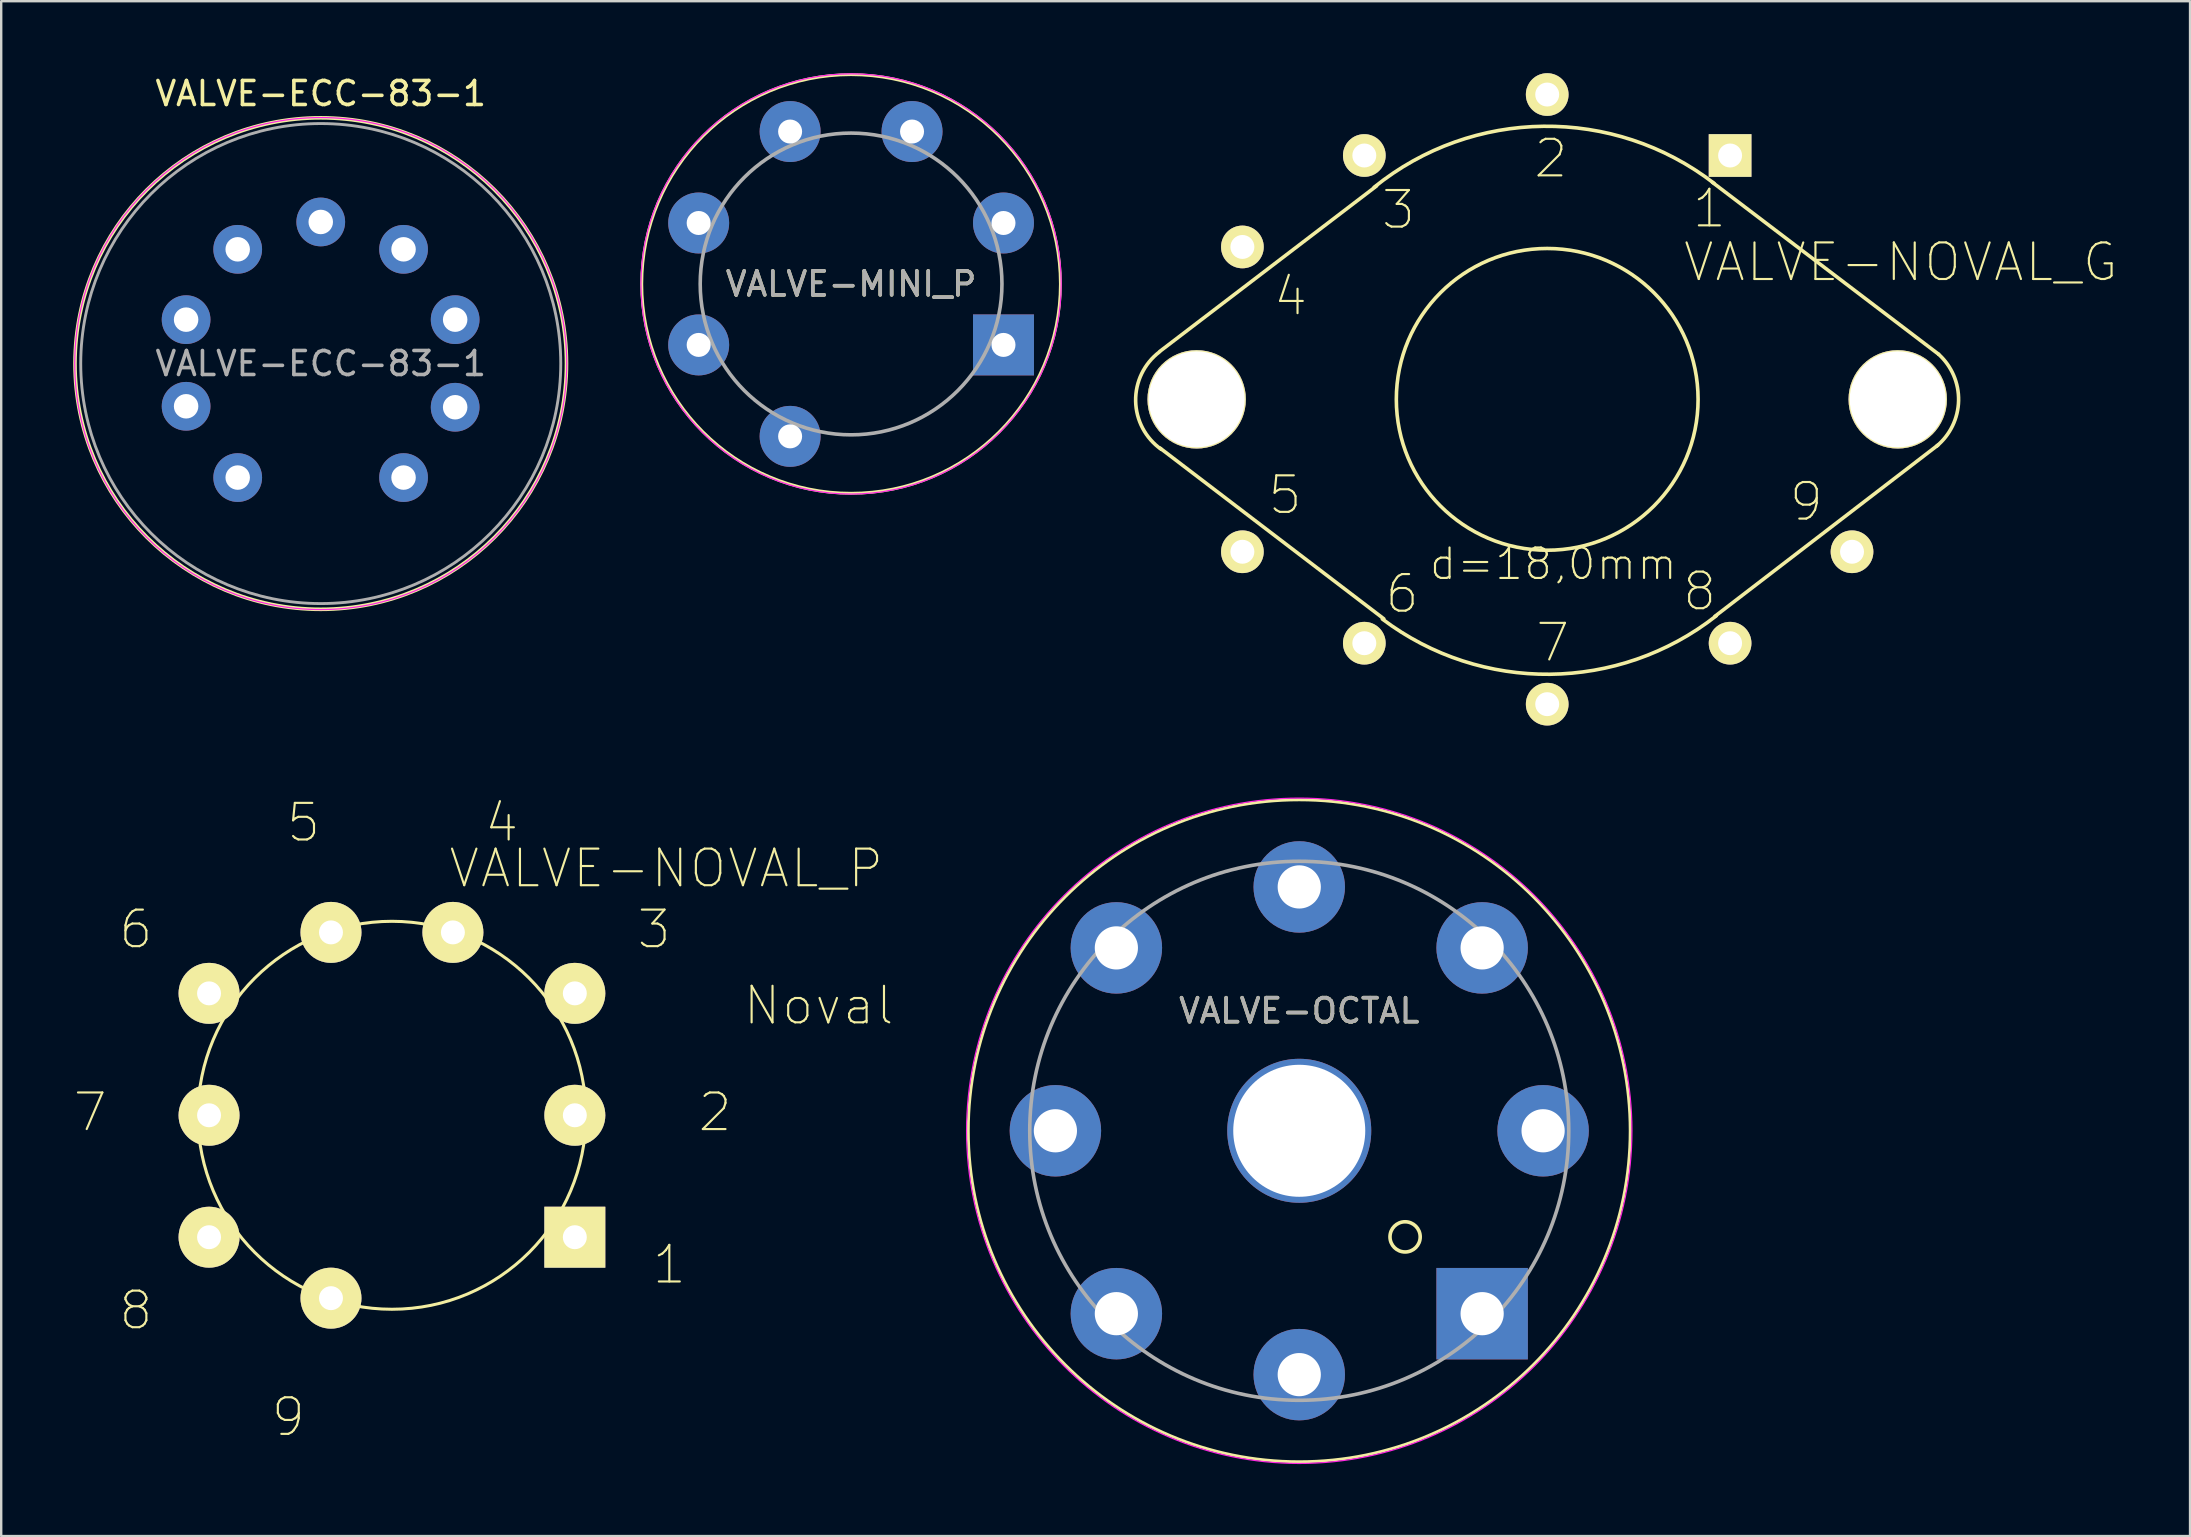
<source format=kicad_pcb>
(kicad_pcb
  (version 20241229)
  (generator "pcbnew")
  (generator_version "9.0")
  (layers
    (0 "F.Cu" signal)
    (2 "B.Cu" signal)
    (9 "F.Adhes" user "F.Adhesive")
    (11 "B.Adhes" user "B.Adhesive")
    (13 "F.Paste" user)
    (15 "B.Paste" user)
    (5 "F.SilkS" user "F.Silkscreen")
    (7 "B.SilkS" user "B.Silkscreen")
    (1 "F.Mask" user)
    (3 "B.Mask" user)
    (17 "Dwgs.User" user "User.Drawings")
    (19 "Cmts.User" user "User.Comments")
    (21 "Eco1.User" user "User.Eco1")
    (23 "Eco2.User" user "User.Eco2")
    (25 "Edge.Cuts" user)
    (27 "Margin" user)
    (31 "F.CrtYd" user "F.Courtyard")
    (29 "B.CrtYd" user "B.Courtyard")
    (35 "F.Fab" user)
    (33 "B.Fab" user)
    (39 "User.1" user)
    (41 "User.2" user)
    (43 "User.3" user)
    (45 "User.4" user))
  (footprint "VALVE-MINI_P"
    (layer "F.Cu")
    (at 38.76 11.321)
    (property "Reference" "VALVE-MINI_P" (at -6.35 -2.54 0) (layer "F.SilkS") (effects (font (size 1 1) (thickness 0.15))))
    (attr through_hole)
    (fp_circle (center -6.35 -2.54) (end 1.4 1.46) (stroke (width 0.12) (type solid)) (fill no) (layer "F.SilkS"))
    (fp_circle (center -6.35 -2.54) (end -6.6 6.21) (stroke (width 0.05) (type solid)) (fill no) (layer "F.CrtYd"))
    (fp_circle (center -6.35 -2.54) (end -10.79 1.91) (stroke (width 0.15) (type solid)) (fill no) (layer "F.Fab"))
    (fp_text user "${REFERENCE}" (at -6.35 -2.54 0) (layer "F.Fab") (effects (font (size 1 1) (thickness 0.15))))
    (pad "1" thru_hole rect (at 0 0) (size 2.54 2.54) (drill 1) (layers "*.Cu" "*.Mask"))
    (pad "2" thru_hole circle (at 0 -5.08) (size 2.54 2.54) (drill 1) (layers "*.Cu" "*.Mask"))
    (pad "3" thru_hole circle (at -3.81 -8.89) (size 2.54 2.54) (drill 1) (layers "*.Cu" "*.Mask"))
    (pad "4" thru_hole circle (at -8.89 -8.89) (size 2.54 2.54) (drill 1) (layers "*.Cu" "*.Mask"))
    (pad "5" thru_hole circle (at -12.7 -5.08) (size 2.54 2.54) (drill 1) (layers "*.Cu" "*.Mask"))
    (pad "6" thru_hole circle (at -12.7 0) (size 2.54 2.54) (drill 1) (layers "*.Cu" "*.Mask"))
    (pad "7" thru_hole circle (at -8.89 3.81) (size 2.54 2.54) (drill 1) (layers "*.Cu" "*.Mask")))
  (footprint "VALVE-NOVAL_G"
    (layer "F.Cu")
    (at 61.414 13.589)
    (property "Reference" "VALVE-NOVAL_G" (at 14.732 -5.715 0) (layer "F.SilkS") (effects (font (size 1.524 1.524) (thickness 0.089))))
    (attr exclude_from_pos_files exclude_from_bom)
    (fp_line (start -16.129 -2.007) (end -7.112 -8.89) (stroke (width 0.15) (type solid)) (layer "F.SilkS"))
    (fp_line (start -16.129 2.032) (end -6.807 9.144) (stroke (width 0.15) (type solid)) (layer "F.SilkS"))
    (fp_line (start 16.281 1.905) (end 6.985 9.042) (stroke (width 0.15) (type solid)) (layer "F.SilkS"))
    (fp_line (start 16.307 -1.88) (end 6.883 -9.042) (stroke (width 0.15) (type solid)) (layer "F.SilkS"))
    (fp_arc (start -16.08074 2.0828) (mid -17.147179 0.072342) (end -16.156452 -1.976486) (stroke (width 0.15) (type solid)) (layer "F.SilkS"))
    (fp_arc (start -7.21106 -8.83666) (mid -0.156275 -11.37739) (end 6.954845 -8.998887) (stroke (width 0.15) (type solid)) (layer "F.SilkS"))
    (fp_arc (start 7.04596 9.017) (mid 0.111758 11.453686) (end -6.868871 9.153377) (stroke (width 0.15) (type solid)) (layer "F.SilkS"))
    (fp_arc (start 16.3068 -1.8796) (mid 17.13994 0.055661) (end 16.222657 1.952487) (stroke (width 0.15) (type solid)) (layer "F.SilkS"))
    (fp_circle (center 0 0) (end -4.445 4.445) (stroke (width 0.15) (type solid)) (fill no) (layer "F.SilkS"))
    (fp_text user "5" (at -10.922 3.988 0) (layer "F.SilkS") (effects (font (size 1.524 1.524) (thickness 0.089))))
    (fp_text user "3" (at -6.198 -7.899 0) (layer "F.SilkS") (effects (font (size 1.524 1.524) (thickness 0.089))))
    (fp_text user "4" (at -10.693 -4.293 0) (layer "F.SilkS") (effects (font (size 1.524 1.524) (thickness 0.089))))
    (fp_text user "d=18,0mm" (at 0.254 6.858 0) (layer "F.SilkS") (effects (font (size 1.27 1.27) (thickness 0.089))))
    (fp_text user "6" (at -6.045 8.103 0) (layer "F.SilkS") (effects (font (size 1.524 1.524) (thickness 0.089))))
    (fp_text user "7" (at 0.229 10.135 0) (layer "F.SilkS") (effects (font (size 1.524 1.524) (thickness 0.089))))
    (fp_text user "8" (at 6.35 8.001 0) (layer "F.SilkS") (effects (font (size 1.524 1.524) (thickness 0.089))))
    (fp_text user "2" (at 0.152 -10.033 0) (layer "F.SilkS") (effects (font (size 1.524 1.524) (thickness 0.089))))
    (fp_text user "9" (at 10.795 4.267 0) (layer "F.SilkS") (effects (font (size 1.524 1.524) (thickness 0.089))))
    (fp_text user "1" (at 6.756 -7.95 0) (layer "F.SilkS") (effects (font (size 1.524 1.524) (thickness 0.089))))
    (pad "" thru_hole circle (at 14.605 0) (size 4.1 4.1) (drill 4) (layers "*.Cu" "F.Mask" "F.SilkS" "F.Paste"))
    (pad "1" thru_hole rect (at 7.62 -10.16) (size 1.778 1.778) (drill 0.998) (layers "*.Cu" "F.Mask" "F.SilkS" "F.Paste"))
    (pad "2" thru_hole circle (at -14.605 0) (size 4.1 4.1) (drill 4) (layers "*.Cu" "F.Mask" "F.SilkS" "F.Paste"))
    (pad "2" thru_hole circle (at 0 -12.7) (size 1.778 1.778) (drill 0.998) (layers "*.Cu" "F.Mask" "F.SilkS" "F.Paste"))
    (pad "3" thru_hole circle (at -7.62 -10.16) (size 1.778 1.778) (drill 0.998) (layers "*.Cu" "F.Mask" "F.SilkS" "F.Paste"))
    (pad "4" thru_hole circle (at -12.7 -6.35) (size 1.778 1.778) (drill 0.998) (layers "*.Cu" "F.Mask" "F.SilkS" "F.Paste"))
    (pad "5" thru_hole circle (at -12.7 6.35) (size 1.778 1.778) (drill 0.998) (layers "*.Cu" "F.Mask" "F.SilkS" "F.Paste"))
    (pad "6" thru_hole circle (at -7.62 10.16) (size 1.778 1.778) (drill 0.998) (layers "*.Cu" "F.Mask" "F.SilkS" "F.Paste"))
    (pad "7" thru_hole circle (at 0 12.7) (size 1.778 1.778) (drill 0.998) (layers "*.Cu" "F.Mask" "F.SilkS" "F.Paste"))
    (pad "8" thru_hole circle (at 7.62 10.16) (size 1.778 1.778) (drill 0.998) (layers "*.Cu" "F.Mask" "F.SilkS" "F.Paste"))
    (pad "9" thru_hole circle (at 12.7 6.35) (size 1.778 1.778) (drill 0.998) (layers "*.Cu" "F.Mask" "F.SilkS" "F.Paste")))
  (footprint "VALVE-NOVAL_P"
    (layer "F.Cu")
    (at 13.28 43.418)
    (property "Reference" "VALVE-NOVAL_P" (at 11.43 -10.287 0) (layer "F.SilkS") (effects (font (size 1.524 1.524) (thickness 0.089))))
    (attr exclude_from_pos_files exclude_from_bom)
    (fp_circle (center 0 0) (end -5.715 5.715) (stroke (width 0.127) (type solid)) (fill no) (layer "F.SilkS"))
    (fp_text user "3" (at 10.922 -7.747 0) (layer "F.SilkS") (effects (font (size 1.524 1.524) (thickness 0.089))))
    (fp_text user "1" (at 11.557 6.223 0) (layer "F.SilkS") (effects (font (size 1.524 1.524) (thickness 0.089))))
    (fp_text user "9" (at -4.318 12.573 0) (layer "F.SilkS") (effects (font (size 1.524 1.524) (thickness 0.089))))
    (fp_text user "4" (at 4.572 -12.192 0) (layer "F.SilkS") (effects (font (size 1.524 1.524) (thickness 0.089))))
    (fp_text user "Noval" (at 17.78 -4.572 0) (layer "F.SilkS") (effects (font (size 1.524 1.524) (thickness 0.089))))
    (fp_text user "2" (at 13.462 -0.127 0) (layer "F.SilkS") (effects (font (size 1.524 1.524) (thickness 0.089))))
    (fp_text user "8" (at -10.668 8.128 0) (layer "F.SilkS") (effects (font (size 1.524 1.524) (thickness 0.089))))
    (fp_text user "5" (at -3.683 -12.192 0) (layer "F.SilkS") (effects (font (size 1.524 1.524) (thickness 0.089))))
    (fp_text user "7" (at -12.573 -0.127 0) (layer "F.SilkS") (effects (font (size 1.524 1.524) (thickness 0.089))))
    (fp_text user "6" (at -10.668 -7.747 0) (layer "F.SilkS") (effects (font (size 1.524 1.524) (thickness 0.089))))
    (pad "1" thru_hole rect (at 7.62 5.08) (size 2.54 2.54) (drill 0.998) (layers "*.Cu" "F.Mask" "F.SilkS" "F.Paste"))
    (pad "2" thru_hole circle (at 7.62 0) (size 2.54 2.54) (drill 0.998) (layers "*.Cu" "F.Mask" "F.SilkS" "F.Paste"))
    (pad "3" thru_hole circle (at 7.62 -5.08) (size 2.54 2.54) (drill 0.998) (layers "*.Cu" "F.Mask" "F.SilkS" "F.Paste"))
    (pad "4" thru_hole circle (at 2.54 -7.62) (size 2.54 2.54) (drill 0.998) (layers "*.Cu" "F.Mask" "F.SilkS" "F.Paste"))
    (pad "5" thru_hole circle (at -2.54 -7.62) (size 2.54 2.54) (drill 0.998) (layers "*.Cu" "F.Mask" "F.SilkS" "F.Paste"))
    (pad "6" thru_hole circle (at -7.62 -5.08) (size 2.54 2.54) (drill 0.998) (layers "*.Cu" "F.Mask" "F.SilkS" "F.Paste"))
    (pad "7" thru_hole circle (at -7.62 0) (size 2.54 2.54) (drill 0.998) (layers "*.Cu" "F.Mask" "F.SilkS" "F.Paste"))
    (pad "8" thru_hole circle (at -7.62 5.08) (size 2.54 2.54) (drill 0.998) (layers "*.Cu" "F.Mask" "F.SilkS" "F.Paste"))
    (pad "9" thru_hole circle (at -2.54 7.62) (size 2.54 2.54) (drill 0.998) (layers "*.Cu" "F.Mask" "F.SilkS" "F.Paste")))
  (footprint "VALVE-OCTAL"
    (layer "F.Cu")
    (at 58.703 51.684)
    (property "Reference" "VALVE-OCTAL" (at -7.62 -12.62 0) (layer "F.SilkS") (effects (font (size 1 1) (thickness 0.15))))
    (attr through_hole)
    (fp_circle (center -7.62 -7.62) (end 2.13 2.13) (stroke (width 0.12) (type solid)) (fill no) (layer "F.SilkS"))
    (fp_circle (center -3.21 -3.2) (end -2.77 -2.75) (stroke (width 0.15) (type solid)) (fill no) (layer "F.SilkS"))
    (fp_circle (center -7.62 -7.62) (end 3.13 1.13) (stroke (width 0.05) (type solid)) (fill no) (layer "F.CrtYd"))
    (fp_circle (center -7.62 -7.62) (end -15.56 0.32) (stroke (width 0.15) (type solid)) (fill no) (layer "F.Fab"))
    (fp_text user "${REFERENCE}" (at -7.62 -12.62 0) (layer "F.Fab") (effects (font (size 1 1) (thickness 0.15))))
    (pad "" thru_hole circle (at -7.62 -7.62) (size 6 6) (drill 5.5) (layers "*.Cu" "*.Mask"))
    (pad "1" thru_hole rect (at 0 0) (size 3.81 3.81) (drill 1.8) (layers "*.Cu" "*.Mask"))
    (pad "2" thru_hole circle (at 2.54 -7.62) (size 3.81 3.81) (drill 1.8) (layers "*.Cu" "*.Mask"))
    (pad "3" thru_hole circle (at 0 -15.24) (size 3.81 3.81) (drill 1.8) (layers "*.Cu" "*.Mask"))
    (pad "4" thru_hole circle (at -7.62 -17.78) (size 3.81 3.81) (drill 1.8) (layers "*.Cu" "*.Mask"))
    (pad "5" thru_hole circle (at -15.24 -15.24) (size 3.81 3.81) (drill 1.8) (layers "*.Cu" "*.Mask"))
    (pad "6" thru_hole circle (at -17.78 -7.62) (size 3.81 3.81) (drill 1.8) (layers "*.Cu" "*.Mask"))
    (pad "7" thru_hole circle (at -15.24 0) (size 3.81 3.81) (drill 1.8) (layers "*.Cu" "*.Mask"))
    (pad "8" thru_hole circle (at -7.62 2.54) (size 3.81 3.81) (drill 1.8) (layers "*.Cu" "*.Mask")))
  (footprint "VALVE-ECC-83-1"
    (layer "F.Cu")
    (at 13.764 16.848)
    (property "Reference" "VALVE-ECC-83-1" (at -3.45 -16 0) (layer "F.SilkS") (effects (font (size 1 1) (thickness 0.15))))
    (attr through_hole)
    (fp_circle (center -3.45 -4.75) (end 6.71 -3.48) (stroke (width 0.15) (type solid)) (fill no) (layer "F.SilkS"))
    (fp_circle (center -3.45 -4.75) (end -3.45 -15) (stroke (width 0.05) (type solid)) (fill no) (layer "F.CrtYd"))
    (fp_circle (center -3.45 -4.75) (end -3.45 -14.75) (stroke (width 0.12) (type solid)) (fill no) (layer "F.Fab"))
    (fp_text user "${REFERENCE}" (at -3.45 -4.75 0) (layer "F.Fab") (effects (font (size 1 1) (thickness 0.15))))
    (pad "1" thru_hole circle (at 0 0) (size 2.03 2.03) (drill 1.02) (layers "*.Cu" "*.Mask"))
    (pad "2" thru_hole circle (at 2.15 -2.93) (size 2.03 2.03) (drill 1.02) (layers "*.Cu" "*.Mask"))
    (pad "3" thru_hole circle (at 2.15 -6.58) (size 2.03 2.03) (drill 1.02) (layers "*.Cu" "*.Mask"))
    (pad "4" thru_hole circle (at 0 -9.51) (size 2.03 2.03) (drill 1.02) (layers "*.Cu" "*.Mask"))
    (pad "5" thru_hole circle (at -3.45 -10.65) (size 2.03 2.03) (drill 1.02) (layers "*.Cu" "*.Mask"))
    (pad "6" thru_hole circle (at -6.91 -9.51) (size 2.03 2.03) (drill 1.02) (layers "*.Cu" "*.Mask"))
    (pad "7" thru_hole circle (at -9.06 -6.58) (size 2.03 2.03) (drill 1.02) (layers "*.Cu" "*.Mask"))
    (pad "8" thru_hole circle (at -9.06 -2.97) (size 2.03 2.03) (drill 1.02) (layers "*.Cu" "*.Mask"))
    (pad "9" thru_hole circle (at -6.91 0) (size 2.03 2.03) (drill 1.02) (layers "*.Cu" "*.Mask")))
  (gr_rect
    (start -3 -3)
    (end 88.198 60.95)
    (stroke (width 0.1) (type default))
    (fill no)
    (layer "Edge.Cuts")))
</source>
